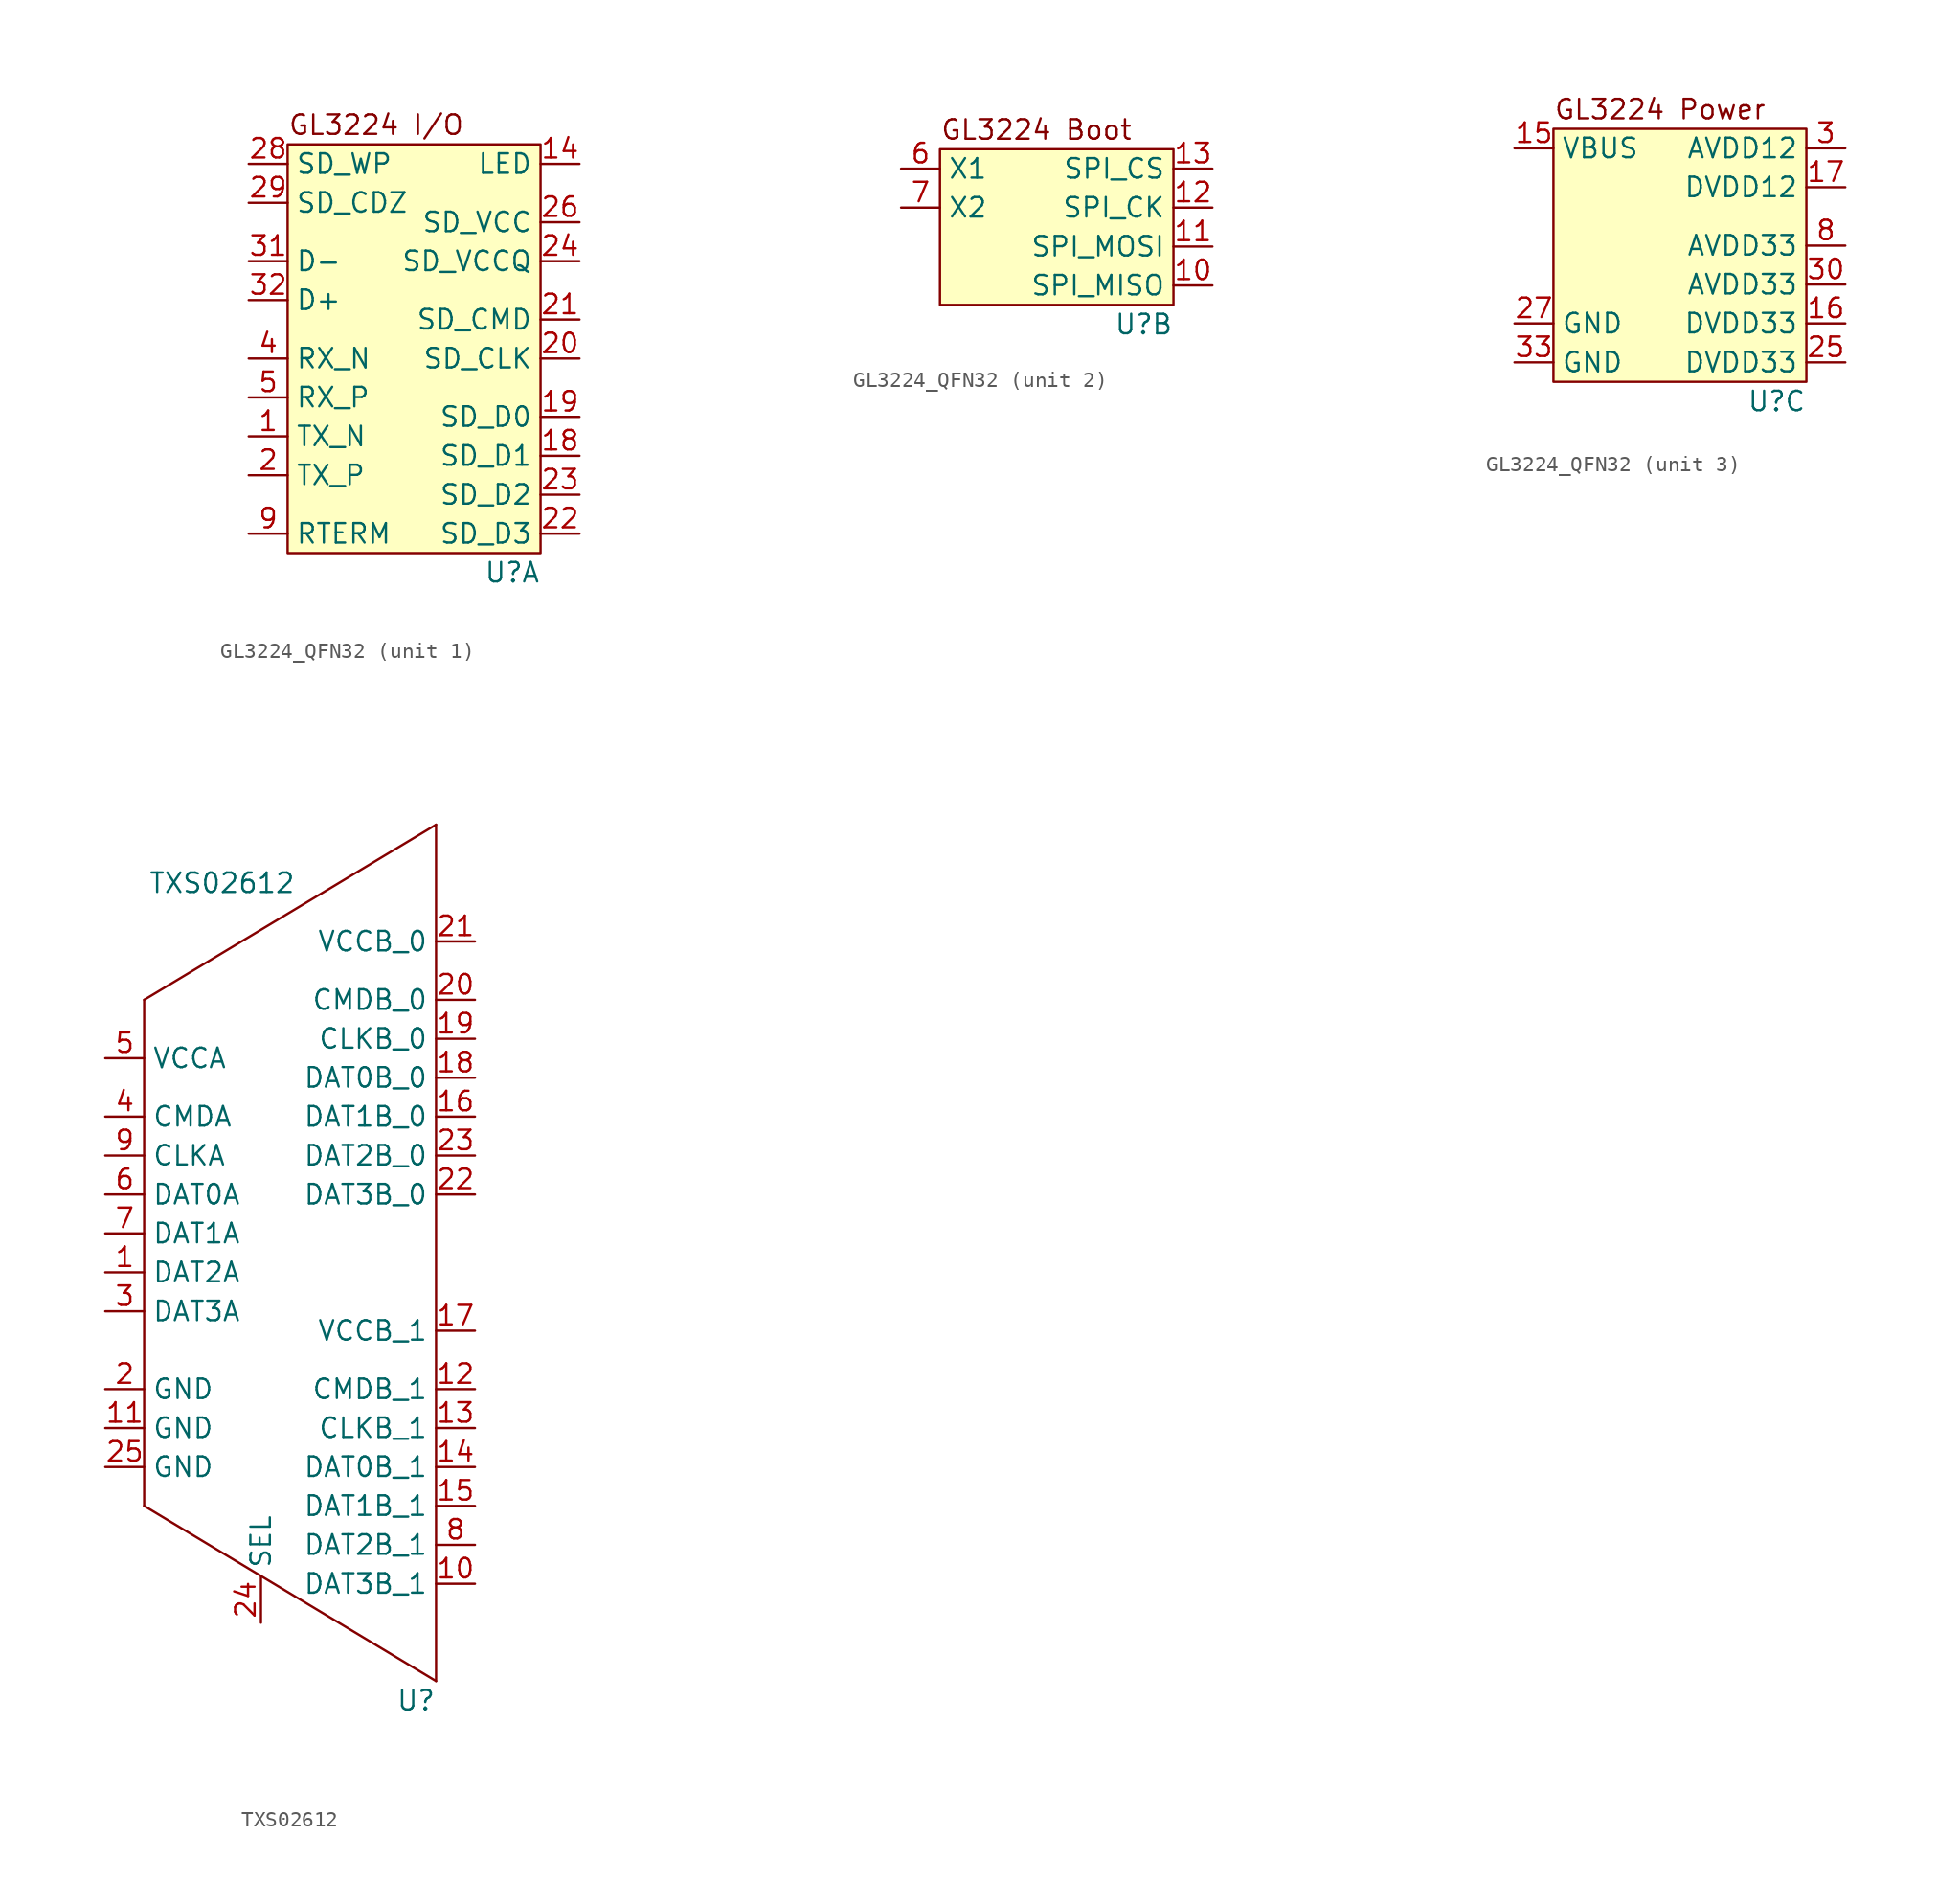
<source format=kicad_sym>
(kicad_symbol_lib
  (version 20220914)
  (generator kicad_symbol_editor)
  (symbol "GL3224_QFN32"
    (property "Reference" "U"
      (at 0 -1.27 0)
      (effects (font (size 1.27 1.27)) (justify right)))
    (property "Value" ""
      (at -27.94 13.97 0)
      (effects (font (size 1.27 1.27))))
    (property "ki_locked" ""
      (at 0 0 0)
      (effects (font (size 1.27 1.27))))
    (symbol "GL3224_QFN32_1_1"
      (rectangle (start -16.51 26.67) (end 0 0) (stroke (width 0) (type default)) (fill (type background)))
      (text "GL3224 I/O" (at -16.51 27.94 0) (effects (font (size 1.27 1.27)) (justify left)))
      (pin output line (at -19.05 7.62 0) (length 2.54) (name "TX_N" (effects (font (size 1.27 1.27)))) (number "1" (effects (font (size 1.27 1.27)))))
      (pin output line (at 2.54 25.4 180) (length 2.54) (name "LED" (effects (font (size 1.27 1.27)))) (number "14" (effects (font (size 1.27 1.27)))))
      (pin bidirectional line (at 2.54 6.35 180) (length 2.54) (name "SD_D1" (effects (font (size 1.27 1.27)))) (number "18" (effects (font (size 1.27 1.27)))))
      (pin bidirectional line (at 2.54 8.89 180) (length 2.54) (name "SD_D0" (effects (font (size 1.27 1.27)))) (number "19" (effects (font (size 1.27 1.27)))))
      (pin output line (at -19.05 5.08 0) (length 2.54) (name "TX_P" (effects (font (size 1.27 1.27)))) (number "2" (effects (font (size 1.27 1.27)))))
      (pin output line (at 2.54 12.7 180) (length 2.54) (name "SD_CLK" (effects (font (size 1.27 1.27)))) (number "20" (effects (font (size 1.27 1.27)))))
      (pin bidirectional line (at 2.54 15.24 180) (length 2.54) (name "SD_CMD" (effects (font (size 1.27 1.27)))) (number "21" (effects (font (size 1.27 1.27)))))
      (pin bidirectional line (at 2.54 1.27 180) (length 2.54) (name "SD_D3" (effects (font (size 1.27 1.27)))) (number "22" (effects (font (size 1.27 1.27)))))
      (pin bidirectional line (at 2.54 3.81 180) (length 2.54) (name "SD_D2" (effects (font (size 1.27 1.27)))) (number "23" (effects (font (size 1.27 1.27)))))
      (pin power_out line (at 2.54 19.05 180) (length 2.54) (name "SD_VCCQ" (effects (font (size 1.27 1.27)))) (number "24" (effects (font (size 1.27 1.27)))))
      (pin power_out line (at 2.54 21.59 180) (length 2.54) (name "SD_VCC" (effects (font (size 1.27 1.27)))) (number "26" (effects (font (size 1.27 1.27)))))
      (pin input line (at -19.05 25.4 0) (length 2.54) (name "SD_WP" (effects (font (size 1.27 1.27)))) (number "28" (effects (font (size 1.27 1.27)))))
      (pin input line (at -19.05 22.86 0) (length 2.54) (name "SD_CDZ" (effects (font (size 1.27 1.27)))) (number "29" (effects (font (size 1.27 1.27)))))
      (pin bidirectional line (at -19.05 19.05 0) (length 2.54) (name "D-" (effects (font (size 1.27 1.27)))) (number "31" (effects (font (size 1.27 1.27)))))
      (pin bidirectional line (at -19.05 16.51 0) (length 2.54) (name "D+" (effects (font (size 1.27 1.27)))) (number "32" (effects (font (size 1.27 1.27)))))
      (pin input line (at -19.05 12.7 0) (length 2.54) (name "RX_N" (effects (font (size 1.27 1.27)))) (number "4" (effects (font (size 1.27 1.27)))))
      (pin input line (at -19.05 10.16 0) (length 2.54) (name "RX_P" (effects (font (size 1.27 1.27)))) (number "5" (effects (font (size 1.27 1.27)))))
      (pin input line (at -19.05 1.27 0) (length 2.54) (name "RTERM" (effects (font (size 1.27 1.27)))) (number "9" (effects (font (size 1.27 1.27))))))
    (symbol "GL3224_QFN32_2_1"
      (rectangle (start -15.24 10.16) (end 0 0) (stroke (width 0) (type default)) (fill (type background)))
      (text "GL3224 Boot" (at -15.24 11.43 0) (effects (font (size 1.27 1.27)) (justify left)))
      (pin input line (at 2.54 1.27 180) (length 2.54) (name "SPI_MISO" (effects (font (size 1.27 1.27)))) (number "10" (effects (font (size 1.27 1.27)))))
      (pin output line (at 2.54 3.81 180) (length 2.54) (name "SPI_MOSI" (effects (font (size 1.27 1.27)))) (number "11" (effects (font (size 1.27 1.27)))))
      (pin output line (at 2.54 6.35 180) (length 2.54) (name "SPI_CK" (effects (font (size 1.27 1.27)))) (number "12" (effects (font (size 1.27 1.27)))))
      (pin output line (at 2.54 8.89 180) (length 2.54) (name "SPI_CS" (effects (font (size 1.27 1.27)))) (number "13" (effects (font (size 1.27 1.27)))))
      (pin input line (at -17.78 8.89 0) (length 2.54) (name "X1" (effects (font (size 1.27 1.27)))) (number "6" (effects (font (size 1.27 1.27)))))
      (pin input line (at -17.78 6.35 0) (length 2.54) (name "X2" (effects (font (size 1.27 1.27)))) (number "7" (effects (font (size 1.27 1.27))))))
    (symbol "GL3224_QFN32_3_1"
      (rectangle (start -16.51 16.51) (end 0 0) (stroke (width 0) (type default)) (fill (type background)))
      (text "GL3224 Power" (at -16.51 17.78 0) (effects (font (size 1.27 1.27)) (justify left)))
      (pin power_in line (at -19.05 15.24 0) (length 2.54) (name "VBUS" (effects (font (size 1.27 1.27)))) (number "15" (effects (font (size 1.27 1.27)))))
      (pin power_out line (at 2.54 3.81 180) (length 2.54) (name "DVDD33" (effects (font (size 1.27 1.27)))) (number "16" (effects (font (size 1.27 1.27)))))
      (pin power_out line (at 2.54 12.7 180) (length 2.54) (name "DVDD12" (effects (font (size 1.27 1.27)))) (number "17" (effects (font (size 1.27 1.27)))))
      (pin power_out line (at 2.54 1.27 180) (length 2.54) (name "DVDD33" (effects (font (size 1.27 1.27)))) (number "25" (effects (font (size 1.27 1.27)))))
      (pin power_out line (at -19.05 3.81 0) (length 2.54) (name "GND" (effects (font (size 1.27 1.27)))) (number "27" (effects (font (size 1.27 1.27)))))
      (pin power_out line (at 2.54 15.24 180) (length 2.54) (name "AVDD12" (effects (font (size 1.27 1.27)))) (number "3" (effects (font (size 1.27 1.27)))))
      (pin power_out line (at 2.54 6.35 180) (length 2.54) (name "AVDD33" (effects (font (size 1.27 1.27)))) (number "30" (effects (font (size 1.27 1.27)))))
      (pin power_out line (at -19.05 1.27 0) (length 2.54) (name "GND" (effects (font (size 1.27 1.27)))) (number "33" (effects (font (size 1.27 1.27)))))
      (pin power_out line (at 2.54 8.89 180) (length 2.54) (name "AVDD33" (effects (font (size 1.27 1.27)))) (number "8" (effects (font (size 1.27 1.27)))))))
  (symbol "TXS02612"
    (property "Reference" "U"
      (at 11.43 -29.21 0)
      (effects (font (size 1.27 1.27)) (justify right)))
    (property "Value" "TXS02612"
      (at -2.54 24.13 0)
      (effects (font (size 1.27 1.27))))
    (symbol "TXS02612_0_1"
      (polyline (pts (xy -7.62 -16.51) (xy 11.43 -27.94)) (stroke (width 0) (type default)) (fill (type none)))
      (polyline (pts (xy -7.62 16.51) (xy -7.62 -16.51)) (stroke (width 0) (type default)) (fill (type none)))
      (polyline (pts (xy 11.43 27.94) (xy -7.62 16.51)) (stroke (width 0) (type default)) (fill (type none)))
      (polyline (pts (xy 11.43 27.94) (xy 11.43 -27.94)) (stroke (width 0) (type default)) (fill (type none))))
    (symbol "TXS02612_1_1"
      (pin bidirectional line (at -10.16 -1.27 0) (length 2.54) (name "DAT2A" (effects (font (size 1.27 1.27)))) (number "1" (effects (font (size 1.27 1.27)))))
      (pin bidirectional line (at 13.97 -21.59 180) (length 2.54) (name "DAT3B_1" (effects (font (size 1.27 1.27)))) (number "10" (effects (font (size 1.27 1.27)))))
      (pin power_in line (at -10.16 -11.43 0) (length 2.54) (name "GND" (effects (font (size 1.27 1.27)))) (number "11" (effects (font (size 1.27 1.27)))))
      (pin bidirectional line (at 13.97 -8.89 180) (length 2.54) (name "CMDB_1" (effects (font (size 1.27 1.27)))) (number "12" (effects (font (size 1.27 1.27)))))
      (pin output line (at 13.97 -11.43 180) (length 2.54) (name "CLKB_1" (effects (font (size 1.27 1.27)))) (number "13" (effects (font (size 1.27 1.27)))))
      (pin bidirectional line (at 13.97 -13.97 180) (length 2.54) (name "DAT0B_1" (effects (font (size 1.27 1.27)))) (number "14" (effects (font (size 1.27 1.27)))))
      (pin bidirectional line (at 13.97 -16.51 180) (length 2.54) (name "DAT1B_1" (effects (font (size 1.27 1.27)))) (number "15" (effects (font (size 1.27 1.27)))))
      (pin bidirectional line (at 13.97 8.89 180) (length 2.54) (name "DAT1B_0" (effects (font (size 1.27 1.27)))) (number "16" (effects (font (size 1.27 1.27)))))
      (pin power_in line (at 13.97 -5.08 180) (length 2.54) (name "VCCB_1" (effects (font (size 1.27 1.27)))) (number "17" (effects (font (size 1.27 1.27)))))
      (pin bidirectional line (at 13.97 11.43 180) (length 2.54) (name "DAT0B_0" (effects (font (size 1.27 1.27)))) (number "18" (effects (font (size 1.27 1.27)))))
      (pin output line (at 13.97 13.97 180) (length 2.54) (name "CLKB_0" (effects (font (size 1.27 1.27)))) (number "19" (effects (font (size 1.27 1.27)))))
      (pin power_in line (at -10.16 -8.89 0) (length 2.54) (name "GND" (effects (font (size 1.27 1.27)))) (number "2" (effects (font (size 1.27 1.27)))))
      (pin bidirectional line (at 13.97 16.51 180) (length 2.54) (name "CMDB_0" (effects (font (size 1.27 1.27)))) (number "20" (effects (font (size 1.27 1.27)))))
      (pin bidirectional line (at 13.97 20.32 180) (length 2.54) (name "VCCB_0" (effects (font (size 1.27 1.27)))) (number "21" (effects (font (size 1.27 1.27)))))
      (pin bidirectional line (at 13.97 3.81 180) (length 2.54) (name "DAT3B_0" (effects (font (size 1.27 1.27)))) (number "22" (effects (font (size 1.27 1.27)))))
      (pin bidirectional line (at 13.97 6.35 180) (length 2.54) (name "DAT2B_0" (effects (font (size 1.27 1.27)))) (number "23" (effects (font (size 1.27 1.27)))))
      (pin input line (at 0 -24.13 90) (length 3) (name "SEL" (effects (font (size 1.27 1.27)))) (number "24" (effects (font (size 1.27 1.27)))))
      (pin power_in line (at -10.16 -13.97 0) (length 2.54) (name "GND" (effects (font (size 1.27 1.27)))) (number "25" (effects (font (size 1.27 1.27)))))
      (pin bidirectional line (at -10.16 -3.81 0) (length 2.54) (name "DAT3A" (effects (font (size 1.27 1.27)))) (number "3" (effects (font (size 1.27 1.27)))))
      (pin bidirectional line (at -10.16 8.89 0) (length 2.54) (name "CMDA" (effects (font (size 1.27 1.27)))) (number "4" (effects (font (size 1.27 1.27)))))
      (pin power_in line (at -10.16 12.7 0) (length 2.54) (name "VCCA" (effects (font (size 1.27 1.27)))) (number "5" (effects (font (size 1.27 1.27)))))
      (pin bidirectional line (at -10.16 3.81 0) (length 2.54) (name "DAT0A" (effects (font (size 1.27 1.27)))) (number "6" (effects (font (size 1.27 1.27)))))
      (pin bidirectional line (at -10.16 1.27 0) (length 2.54) (name "DAT1A" (effects (font (size 1.27 1.27)))) (number "7" (effects (font (size 1.27 1.27)))))
      (pin bidirectional line (at 13.97 -19.05 180) (length 2.54) (name "DAT2B_1" (effects (font (size 1.27 1.27)))) (number "8" (effects (font (size 1.27 1.27)))))
      (pin input line (at -10.16 6.35 0) (length 2.54) (name "CLKA" (effects (font (size 1.27 1.27)))) (number "9" (effects (font (size 1.27 1.27))))))))
</source>
